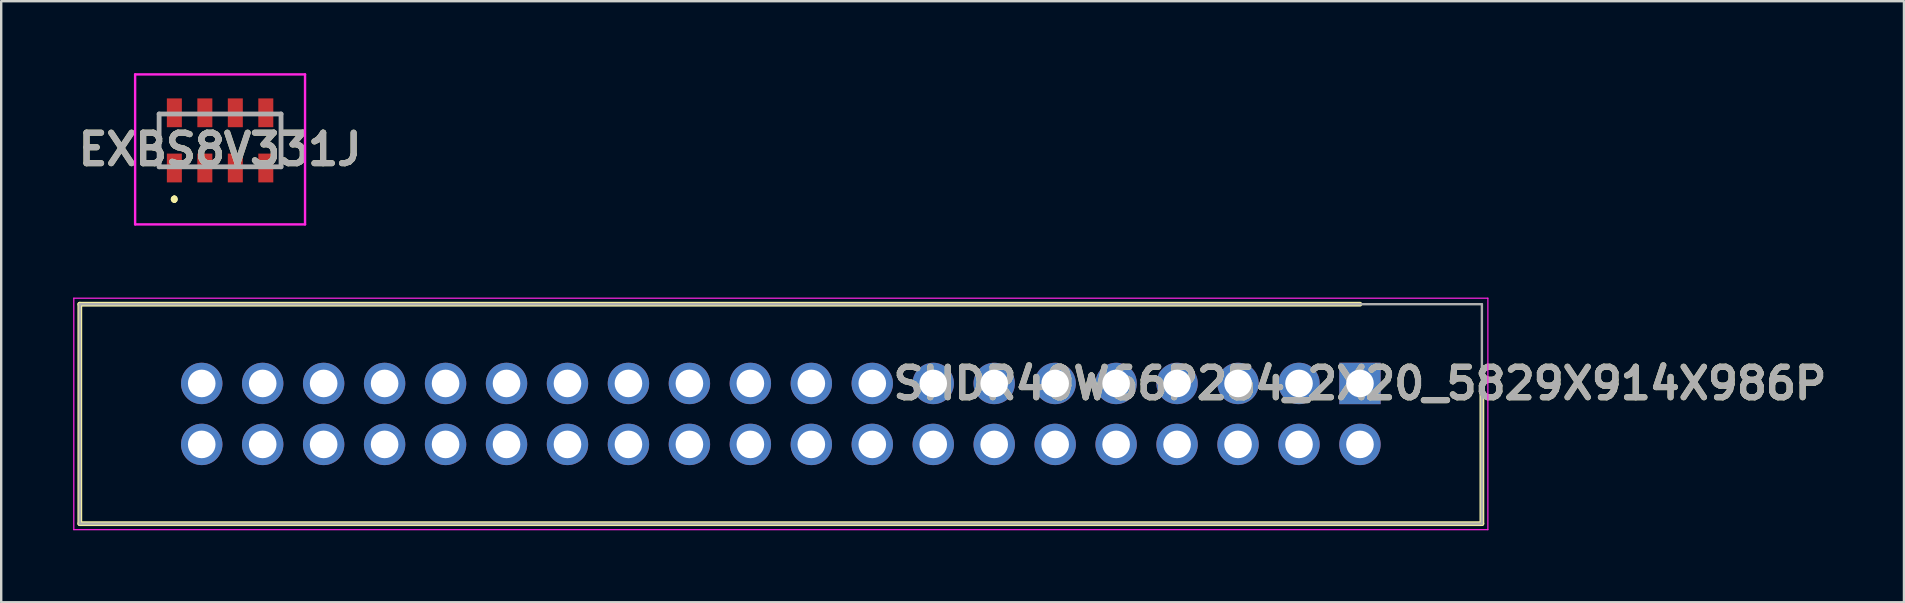
<source format=kicad_pcb>
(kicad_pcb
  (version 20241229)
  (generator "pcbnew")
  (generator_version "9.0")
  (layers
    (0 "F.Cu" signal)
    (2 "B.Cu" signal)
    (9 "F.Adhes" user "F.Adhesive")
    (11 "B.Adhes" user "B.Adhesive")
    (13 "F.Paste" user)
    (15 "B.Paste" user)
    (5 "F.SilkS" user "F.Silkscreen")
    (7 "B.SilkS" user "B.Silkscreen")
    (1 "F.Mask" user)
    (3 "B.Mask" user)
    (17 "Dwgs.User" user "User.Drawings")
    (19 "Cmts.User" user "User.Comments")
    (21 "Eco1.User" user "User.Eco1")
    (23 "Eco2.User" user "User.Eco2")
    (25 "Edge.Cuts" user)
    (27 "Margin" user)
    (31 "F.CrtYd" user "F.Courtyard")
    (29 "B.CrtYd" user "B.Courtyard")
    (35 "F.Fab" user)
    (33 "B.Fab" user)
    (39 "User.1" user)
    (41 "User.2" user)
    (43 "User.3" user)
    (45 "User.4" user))
  (footprint "EXBS8V331J"
    (layer "F.Cu")
    (at 6.12 2.8)
    (property "Reference" "EXBS8V331J" (at 0 0.375 0) (layer "F.SilkS") (effects (font (size 1.27 1.27) (thickness 0.254))))
    (attr smd)
    (fp_line (start -2.54 -1.1) (end -2.54 1.1) (stroke (width 0.1) (type solid)) (layer "F.SilkS"))
    (fp_line (start -1.905 2.4) (end -1.905 2.4) (stroke (width 0.2) (type solid)) (layer "F.SilkS"))
    (fp_line (start -1.905 2.4) (end -1.905 2.4) (stroke (width 0.2) (type solid)) (layer "F.SilkS"))
    (fp_line (start -1.905 2.5) (end -1.905 2.5) (stroke (width 0.2) (type solid)) (layer "F.SilkS"))
    (fp_line (start 2.54 -1.1) (end 2.54 1.1) (stroke (width 0.1) (type solid)) (layer "F.SilkS"))
    (fp_arc (start -1.905 2.4) (mid -1.855 2.45) (end -1.905 2.5) (stroke (width 0.2) (type solid)) (layer "F.SilkS"))
    (fp_arc (start -1.905 2.5) (mid -1.955 2.45) (end -1.905 2.4) (stroke (width 0.2) (type solid)) (layer "F.SilkS"))
    (fp_arc (start -1.905 2.5) (mid -1.955 2.45) (end -1.905 2.4) (stroke (width 0.2) (type solid)) (layer "F.SilkS"))
    (fp_line (start -3.54 -2.75) (end 3.54 -2.75) (stroke (width 0.1) (type solid)) (layer "F.CrtYd"))
    (fp_line (start -3.54 3.5) (end -3.54 -2.75) (stroke (width 0.1) (type solid)) (layer "F.CrtYd"))
    (fp_line (start 3.54 -2.75) (end 3.54 3.5) (stroke (width 0.1) (type solid)) (layer "F.CrtYd"))
    (fp_line (start 3.54 3.5) (end -3.54 3.5) (stroke (width 0.1) (type solid)) (layer "F.CrtYd"))
    (fp_line (start -2.54 -1.1) (end 2.54 -1.1) (stroke (width 0.2) (type solid)) (layer "F.Fab"))
    (fp_line (start -2.54 1.1) (end -2.54 -1.1) (stroke (width 0.2) (type solid)) (layer "F.Fab"))
    (fp_line (start 2.54 -1.1) (end 2.54 1.1) (stroke (width 0.2) (type solid)) (layer "F.Fab"))
    (fp_line (start 2.54 1.1) (end -2.54 1.1) (stroke (width 0.2) (type solid)) (layer "F.Fab"))
    (fp_text user "${REFERENCE}" (at 0 0.375 0) (layer "F.Fab") (effects (font (size 1.27 1.27) (thickness 0.254))))
    (pad "1" smd rect (at -1.905 1.15) (size 0.625 1.2) (layers "F.Cu" "F.Mask" "F.Paste"))
    (pad "2" smd rect (at -0.635 1.15) (size 0.625 1.2) (layers "F.Cu" "F.Mask" "F.Paste"))
    (pad "3" smd rect (at 0.635 1.15) (size 0.625 1.2) (layers "F.Cu" "F.Mask" "F.Paste"))
    (pad "4" smd rect (at 1.905 1.15) (size 0.625 1.2) (layers "F.Cu" "F.Mask" "F.Paste"))
    (pad "5" smd rect (at 1.905 -1.15) (size 0.625 1.2) (layers "F.Cu" "F.Mask" "F.Paste"))
    (pad "6" smd rect (at 0.635 -1.15) (size 0.625 1.2) (layers "F.Cu" "F.Mask" "F.Paste"))
    (pad "7" smd rect (at -0.635 -1.15) (size 0.625 1.2) (layers "F.Cu" "F.Mask" "F.Paste"))
    (pad "8" smd rect (at -1.905 -1.15) (size 0.625 1.2) (layers "F.Cu" "F.Mask" "F.Paste")))
  (footprint "SHDR40W66P254_2X20_5829X914X986P"
    (layer "F.Cu")
    (at 53.615 12.927)
    (property "Reference" "SHDR40W66P254_2X20_5829X914X986P" (at 0 0 0) (layer "F.SilkS") (effects (font (size 1.27 1.27) (thickness 0.254))))
    (attr through_hole)
    (fp_line (start -53.34 -3.302) (end -53.34 5.842) (stroke (width 0.2) (type solid)) (layer "F.SilkS"))
    (fp_line (start -53.34 5.842) (end 5.08 5.842) (stroke (width 0.2) (type solid)) (layer "F.SilkS"))
    (fp_line (start 0 -3.302) (end -53.34 -3.302) (stroke (width 0.2) (type solid)) (layer "F.SilkS"))
    (fp_line (start 5.08 5.842) (end 5.08 0) (stroke (width 0.2) (type solid)) (layer "F.SilkS"))
    (fp_line (start -53.59 -3.552) (end -53.59 6.092) (stroke (width 0.05) (type solid)) (layer "F.CrtYd"))
    (fp_line (start -53.59 6.092) (end 5.33 6.092) (stroke (width 0.05) (type solid)) (layer "F.CrtYd"))
    (fp_line (start 5.33 -3.552) (end -53.59 -3.552) (stroke (width 0.05) (type solid)) (layer "F.CrtYd"))
    (fp_line (start 5.33 6.092) (end 5.33 -3.552) (stroke (width 0.05) (type solid)) (layer "F.CrtYd"))
    (fp_line (start -53.34 -3.302) (end -53.34 5.842) (stroke (width 0.1) (type solid)) (layer "F.Fab"))
    (fp_line (start -53.34 5.842) (end 5.08 5.842) (stroke (width 0.1) (type solid)) (layer "F.Fab"))
    (fp_line (start 5.08 -3.302) (end -53.34 -3.302) (stroke (width 0.1) (type solid)) (layer "F.Fab"))
    (fp_line (start 5.08 5.842) (end 5.08 -3.302) (stroke (width 0.1) (type solid)) (layer "F.Fab"))
    (fp_text user "${REFERENCE}" (at 0 0 0) (layer "F.Fab") (effects (font (size 1.27 1.27) (thickness 0.254))))
    (pad "1" thru_hole rect (at 0 0) (size 1.725 1.725) (drill 1.15) (layers "*.Cu" "*.Mask"))
    (pad "2" thru_hole circle (at 0 2.54) (size 1.725 1.725) (drill 1.15) (layers "*.Cu" "*.Mask"))
    (pad "3" thru_hole circle (at -2.54 0) (size 1.725 1.725) (drill 1.15) (layers "*.Cu" "*.Mask"))
    (pad "4" thru_hole circle (at -2.54 2.54) (size 1.725 1.725) (drill 1.15) (layers "*.Cu" "*.Mask"))
    (pad "5" thru_hole circle (at -5.08 0) (size 1.725 1.725) (drill 1.15) (layers "*.Cu" "*.Mask"))
    (pad "6" thru_hole circle (at -5.08 2.54) (size 1.725 1.725) (drill 1.15) (layers "*.Cu" "*.Mask"))
    (pad "7" thru_hole circle (at -7.62 0) (size 1.725 1.725) (drill 1.15) (layers "*.Cu" "*.Mask"))
    (pad "8" thru_hole circle (at -7.62 2.54) (size 1.725 1.725) (drill 1.15) (layers "*.Cu" "*.Mask"))
    (pad "9" thru_hole circle (at -10.16 0) (size 1.725 1.725) (drill 1.15) (layers "*.Cu" "*.Mask"))
    (pad "10" thru_hole circle (at -10.16 2.54) (size 1.725 1.725) (drill 1.15) (layers "*.Cu" "*.Mask"))
    (pad "11" thru_hole circle (at -12.7 0) (size 1.725 1.725) (drill 1.15) (layers "*.Cu" "*.Mask"))
    (pad "12" thru_hole circle (at -12.7 2.54) (size 1.725 1.725) (drill 1.15) (layers "*.Cu" "*.Mask"))
    (pad "13" thru_hole circle (at -15.24 0) (size 1.725 1.725) (drill 1.15) (layers "*.Cu" "*.Mask"))
    (pad "14" thru_hole circle (at -15.24 2.54) (size 1.725 1.725) (drill 1.15) (layers "*.Cu" "*.Mask"))
    (pad "15" thru_hole circle (at -17.78 0) (size 1.725 1.725) (drill 1.15) (layers "*.Cu" "*.Mask"))
    (pad "16" thru_hole circle (at -17.78 2.54) (size 1.725 1.725) (drill 1.15) (layers "*.Cu" "*.Mask"))
    (pad "17" thru_hole circle (at -20.32 0) (size 1.725 1.725) (drill 1.15) (layers "*.Cu" "*.Mask"))
    (pad "18" thru_hole circle (at -20.32 2.54) (size 1.725 1.725) (drill 1.15) (layers "*.Cu" "*.Mask"))
    (pad "19" thru_hole circle (at -22.86 0) (size 1.725 1.725) (drill 1.15) (layers "*.Cu" "*.Mask"))
    (pad "20" thru_hole circle (at -22.86 2.54) (size 1.725 1.725) (drill 1.15) (layers "*.Cu" "*.Mask"))
    (pad "21" thru_hole circle (at -25.4 0) (size 1.725 1.725) (drill 1.15) (layers "*.Cu" "*.Mask"))
    (pad "22" thru_hole circle (at -25.4 2.54) (size 1.725 1.725) (drill 1.15) (layers "*.Cu" "*.Mask"))
    (pad "23" thru_hole circle (at -27.94 0) (size 1.725 1.725) (drill 1.15) (layers "*.Cu" "*.Mask"))
    (pad "24" thru_hole circle (at -27.94 2.54) (size 1.725 1.725) (drill 1.15) (layers "*.Cu" "*.Mask"))
    (pad "25" thru_hole circle (at -30.48 0) (size 1.725 1.725) (drill 1.15) (layers "*.Cu" "*.Mask"))
    (pad "26" thru_hole circle (at -30.48 2.54) (size 1.725 1.725) (drill 1.15) (layers "*.Cu" "*.Mask"))
    (pad "27" thru_hole circle (at -33.02 0) (size 1.725 1.725) (drill 1.15) (layers "*.Cu" "*.Mask"))
    (pad "28" thru_hole circle (at -33.02 2.54) (size 1.725 1.725) (drill 1.15) (layers "*.Cu" "*.Mask"))
    (pad "29" thru_hole circle (at -35.56 0) (size 1.725 1.725) (drill 1.15) (layers "*.Cu" "*.Mask"))
    (pad "30" thru_hole circle (at -35.56 2.54) (size 1.725 1.725) (drill 1.15) (layers "*.Cu" "*.Mask"))
    (pad "31" thru_hole circle (at -38.1 0) (size 1.725 1.725) (drill 1.15) (layers "*.Cu" "*.Mask"))
    (pad "32" thru_hole circle (at -38.1 2.54) (size 1.725 1.725) (drill 1.15) (layers "*.Cu" "*.Mask"))
    (pad "33" thru_hole circle (at -40.64 0) (size 1.725 1.725) (drill 1.15) (layers "*.Cu" "*.Mask"))
    (pad "34" thru_hole circle (at -40.64 2.54) (size 1.725 1.725) (drill 1.15) (layers "*.Cu" "*.Mask"))
    (pad "35" thru_hole circle (at -43.18 0) (size 1.725 1.725) (drill 1.15) (layers "*.Cu" "*.Mask"))
    (pad "36" thru_hole circle (at -43.18 2.54) (size 1.725 1.725) (drill 1.15) (layers "*.Cu" "*.Mask"))
    (pad "37" thru_hole circle (at -45.72 0) (size 1.725 1.725) (drill 1.15) (layers "*.Cu" "*.Mask"))
    (pad "38" thru_hole circle (at -45.72 2.54) (size 1.725 1.725) (drill 1.15) (layers "*.Cu" "*.Mask"))
    (pad "39" thru_hole circle (at -48.26 0) (size 1.725 1.725) (drill 1.15) (layers "*.Cu" "*.Mask"))
    (pad "40" thru_hole circle (at -48.26 2.54) (size 1.725 1.725) (drill 1.15) (layers "*.Cu" "*.Mask")))
  (gr_rect
    (start -3 -3)
    (end 76.282 22.044)
    (stroke (width 0.1) (type default))
    (fill no)
    (layer "Edge.Cuts")))
</source>
